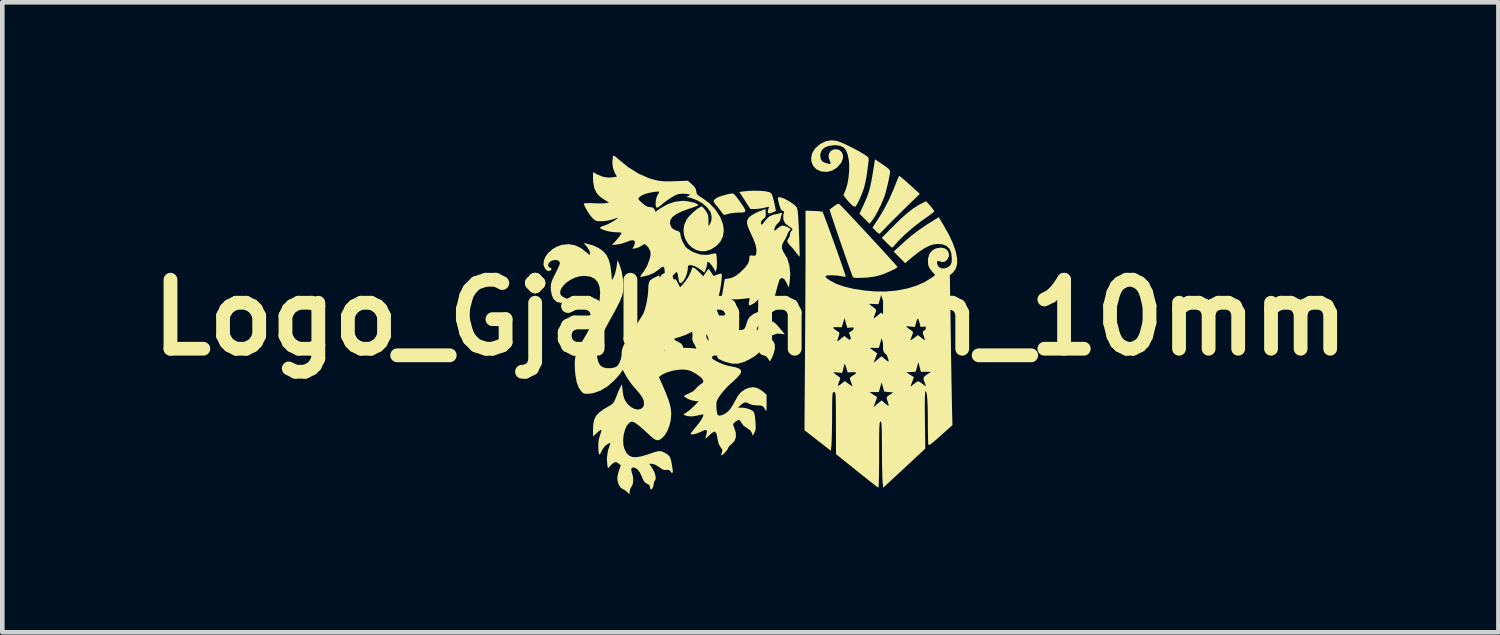
<source format=kicad_pcb>
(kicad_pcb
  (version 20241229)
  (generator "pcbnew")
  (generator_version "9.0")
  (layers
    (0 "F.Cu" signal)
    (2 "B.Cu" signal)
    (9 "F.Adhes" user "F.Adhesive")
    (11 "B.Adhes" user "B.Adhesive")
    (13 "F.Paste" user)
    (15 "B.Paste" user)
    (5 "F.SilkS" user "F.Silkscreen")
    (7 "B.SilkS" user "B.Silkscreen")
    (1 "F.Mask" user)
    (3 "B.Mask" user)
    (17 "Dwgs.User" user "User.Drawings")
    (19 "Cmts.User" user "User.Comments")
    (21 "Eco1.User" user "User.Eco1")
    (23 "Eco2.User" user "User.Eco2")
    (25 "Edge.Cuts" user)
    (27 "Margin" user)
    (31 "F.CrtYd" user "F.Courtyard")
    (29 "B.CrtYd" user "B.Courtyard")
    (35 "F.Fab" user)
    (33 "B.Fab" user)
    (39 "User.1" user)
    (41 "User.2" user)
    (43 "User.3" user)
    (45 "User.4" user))
  (footprint "Logo_Gjallahorn_10mm"
    (layer "F.Cu")
    (at 13.264 3.854)
    (property "Reference" "Logo_Gjallahorn_10mm" (at 0 0 0) (layer "F.SilkS") (effects (font (size 1.5 1.5) (thickness 0.3))))
    (attr board_only exclude_from_pos_files exclude_from_bom)
    (fp_poly (pts (xy 3.911 -2.43) (xy 3.955 -2.376) (xy 3.987 -2.333) (xy 3.999 -2.31) (xy 3.983 -2.292) (xy 3.94 -2.257) (xy 3.878 -2.21) (xy 3.809 -2.163) (xy 3.694 -2.081) (xy 3.57 -1.984) (xy 3.447 -1.881) (xy 3.333 -1.778) (xy 3.236 -1.683) (xy 3.174 -1.613) (xy 3.131 -1.564) (xy 3.098 -1.53) (xy 3.083 -1.52) (xy 3.063 -1.533) (xy 3.023 -1.568) (xy 2.972 -1.618) (xy 2.963 -1.627) (xy 2.858 -1.733) (xy 3.114 -1.992) (xy 3.271 -2.146) (xy 3.41 -2.269) (xy 3.535 -2.367) (xy 3.652 -2.443) (xy 3.726 -2.483) (xy 3.823 -2.529)) (stroke (width 0) (type solid)) (fill yes) (layer "F.SilkS"))
    (fp_poly (pts (xy 3.258 -3.067) (xy 3.301 -3.032) (xy 3.362 -2.98) (xy 3.436 -2.915) (xy 3.469 -2.885) (xy 3.685 -2.69) (xy 3.357 -2.37) (xy 3.255 -2.27) (xy 3.156 -2.172) (xy 3.066 -2.082) (xy 2.991 -2.006) (xy 2.936 -1.949) (xy 2.923 -1.935) (xy 2.872 -1.881) (xy 2.83 -1.84) (xy 2.805 -1.821) (xy 2.803 -1.82) (xy 2.781 -1.833) (xy 2.743 -1.867) (xy 2.722 -1.888) (xy 2.656 -1.956) (xy 2.78 -2.143) (xy 2.898 -2.339) (xy 3.013 -2.559) (xy 3.116 -2.791) (xy 3.161 -2.905) (xy 3.191 -2.981) (xy 3.217 -3.04) (xy 3.235 -3.075) (xy 3.24 -3.08)) (stroke (width 0) (type solid)) (fill yes) (layer "F.SilkS"))
    (fp_poly (pts (xy 0.212 -2.755) (xy 0.317 -2.746) (xy 0.359 -2.738) (xy 0.418 -2.724) (xy 0.451 -2.705) (xy 0.472 -2.671) (xy 0.49 -2.613) (xy 0.512 -2.53) (xy 0.532 -2.443) (xy 0.538 -2.413) (xy 0.556 -2.316) (xy 0.488 -2.288) (xy 0.428 -2.266) (xy 0.394 -2.264) (xy 0.381 -2.283) (xy 0.38 -2.301) (xy 0.39 -2.355) (xy 0.4 -2.379) (xy 0.408 -2.4) (xy 0.401 -2.407) (xy 0.368 -2.402) (xy 0.315 -2.388) (xy 0.229 -2.371) (xy 0.137 -2.361) (xy 0.105 -2.36) (xy 0.000057 -2.36) (xy -0.119 -2.545) (xy -0.238 -2.73) (xy -0.144 -2.743) (xy -0.033 -2.754) (xy 0.09 -2.758)) (stroke (width 0) (type solid)) (fill yes) (layer "F.SilkS"))
    (fp_poly (pts (xy 2.875 -3.33) (xy 2.957 -3.273) (xy 3.008 -3.23) (xy 3.034 -3.197) (xy 3.04 -3.175) (xy 3.034 -3.126) (xy 3.02 -3.048) (xy 3 -2.953) (xy 2.975 -2.85) (xy 2.95 -2.749) (xy 2.924 -2.661) (xy 2.918 -2.64) (xy 2.882 -2.546) (xy 2.834 -2.438) (xy 2.779 -2.327) (xy 2.723 -2.224) (xy 2.671 -2.141) (xy 2.644 -2.104) (xy 2.59 -2.039) (xy 2.482 -2.148) (xy 2.373 -2.258) (xy 2.455 -2.434) (xy 2.498 -2.53) (xy 2.534 -2.615) (xy 2.564 -2.695) (xy 2.589 -2.778) (xy 2.612 -2.87) (xy 2.634 -2.978) (xy 2.657 -3.109) (xy 2.683 -3.27) (xy 2.697 -3.355) (xy 2.71 -3.44)) (stroke (width 0) (type solid)) (fill yes) (layer "F.SilkS"))
    (fp_poly (pts (xy -0.372 -2.697) (xy -0.349 -2.678) (xy -0.31 -2.633) (xy -0.26 -2.569) (xy -0.211 -2.5) (xy -0.151 -2.412) (xy -0.116 -2.352) (xy -0.107 -2.314) (xy -0.124 -2.294) (xy -0.17 -2.284) (xy -0.247 -2.282) (xy -0.272 -2.281) (xy -0.358 -2.276) (xy -0.445 -2.262) (xy -0.488 -2.252) (xy -0.544 -2.236) (xy -0.576 -2.235) (xy -0.597 -2.25) (xy -0.615 -2.277) (xy -0.647 -2.322) (xy -0.694 -2.381) (xy -0.724 -2.418) (xy -0.766 -2.47) (xy -0.793 -2.514) (xy -0.8 -2.533) (xy -0.784 -2.561) (xy -0.746 -2.593) (xy -0.737 -2.599) (xy -0.686 -2.623) (xy -0.613 -2.648) (xy -0.533 -2.671) (xy -0.456 -2.689) (xy -0.396 -2.698)) (stroke (width 0) (type solid)) (fill yes) (layer "F.SilkS"))
    (fp_poly (pts (xy 0.661 -2.613) (xy 0.728 -2.589) (xy 0.806 -2.55) (xy 0.884 -2.503) (xy 0.952 -2.453) (xy 1.001 -2.405) (xy 1.009 -2.394) (xy 1.019 -2.368) (xy 1.028 -2.322) (xy 1.036 -2.25) (xy 1.043 -2.151) (xy 1.05 -2.019) (xy 1.058 -1.851) (xy 1.058 -1.841) (xy 1.063 -1.702) (xy 1.067 -1.578) (xy 1.07 -1.472) (xy 1.072 -1.391) (xy 1.072 -1.34) (xy 1.071 -1.325) (xy 1.057 -1.336) (xy 1.027 -1.371) (xy 0.994 -1.414) (xy 0.943 -1.479) (xy 0.889 -1.541) (xy 0.862 -1.569) (xy 0.813 -1.628) (xy 0.803 -1.678) (xy 0.83 -1.72) (xy 0.853 -1.758) (xy 0.86 -1.8) (xy 0.87 -1.85) (xy 0.89 -1.88) (xy 0.914 -1.906) (xy 0.913 -1.929) (xy 0.882 -1.956) (xy 0.831 -1.988) (xy 0.756 -2.05) (xy 0.718 -2.128) (xy 0.716 -2.222) (xy 0.73 -2.28) (xy 0.732 -2.312) (xy 0.704 -2.32) (xy 0.682 -2.328) (xy 0.662 -2.356) (xy 0.642 -2.412) (xy 0.626 -2.465) (xy 0.607 -2.541) (xy 0.599 -2.586) (xy 0.603 -2.609) (xy 0.615 -2.617)) (stroke (width 0) (type solid)) (fill yes) (layer "F.SilkS"))
    (fp_poly (pts (xy 1.932 -2.468) (xy 1.953 -2.449) (xy 1.997 -2.404) (xy 2.061 -2.338) (xy 2.141 -2.253) (xy 2.234 -2.154) (xy 2.338 -2.043) (xy 2.448 -1.925) (xy 2.562 -1.802) (xy 2.675 -1.679) (xy 2.786 -1.56) (xy 2.89 -1.446) (xy 2.984 -1.343) (xy 3.065 -1.253) (xy 3.13 -1.181) (xy 3.176 -1.129) (xy 3.198 -1.102) (xy 3.2 -1.099) (xy 3.183 -1.081) (xy 3.136 -1.054) (xy 3.067 -1.02) (xy 2.984 -0.983) (xy 2.896 -0.947) (xy 2.82 -0.92) (xy 2.696 -0.889) (xy 2.54 -0.87) (xy 2.467 -0.866) (xy 2.369 -0.861) (xy 2.304 -0.861) (xy 2.263 -0.864) (xy 2.24 -0.873) (xy 2.227 -0.887) (xy 2.224 -0.892) (xy 2.213 -0.921) (xy 2.191 -0.981) (xy 2.16 -1.067) (xy 2.121 -1.175) (xy 2.078 -1.299) (xy 2.031 -1.434) (xy 1.982 -1.576) (xy 1.932 -1.72) (xy 1.884 -1.86) (xy 1.839 -1.991) (xy 1.8 -2.11) (xy 1.766 -2.209) (xy 1.741 -2.285) (xy 1.727 -2.333) (xy 1.723 -2.348) (xy 1.742 -2.361) (xy 1.781 -2.392) (xy 1.817 -2.42) (xy 1.878 -2.461) (xy 1.918 -2.473)) (stroke (width 0) (type solid)) (fill yes) (layer "F.SilkS"))
    (fp_poly (pts (xy 1.881 -3.84) (xy 1.948 -3.817) (xy 2.039 -3.778) (xy 2.145 -3.728) (xy 2.257 -3.672) (xy 2.363 -3.615) (xy 2.455 -3.56) (xy 2.468 -3.552) (xy 2.528 -3.512) (xy 2.561 -3.484) (xy 2.573 -3.456) (xy 2.573 -3.42) (xy 2.571 -3.405) (xy 2.564 -3.349) (xy 2.554 -3.269) (xy 2.542 -3.18) (xy 2.54 -3.16) (xy 2.524 -3.056) (xy 2.502 -2.945) (xy 2.48 -2.849) (xy 2.479 -2.844) (xy 2.455 -2.769) (xy 2.423 -2.683) (xy 2.386 -2.595) (xy 2.348 -2.516) (xy 2.315 -2.453) (xy 2.289 -2.416) (xy 2.284 -2.412) (xy 2.256 -2.415) (xy 2.222 -2.433) (xy 2.186 -2.465) (xy 2.138 -2.517) (xy 2.101 -2.561) (xy 2.024 -2.658) (xy 2.072 -2.776) (xy 2.109 -2.897) (xy 2.135 -3.042) (xy 2.149 -3.194) (xy 2.149 -3.34) (xy 2.141 -3.424) (xy 2.115 -3.549) (xy 2.078 -3.639) (xy 2.027 -3.699) (xy 1.957 -3.733) (xy 1.864 -3.747) (xy 1.833 -3.747) (xy 1.712 -3.734) (xy 1.619 -3.698) (xy 1.555 -3.64) (xy 1.523 -3.562) (xy 1.52 -3.524) (xy 1.531 -3.445) (xy 1.566 -3.393) (xy 1.632 -3.362) (xy 1.635 -3.361) (xy 1.703 -3.344) (xy 1.739 -3.342) (xy 1.748 -3.357) (xy 1.735 -3.391) (xy 1.731 -3.399) (xy 1.702 -3.484) (xy 1.708 -3.559) (xy 1.743 -3.617) (xy 1.805 -3.653) (xy 1.861 -3.66) (xy 1.934 -3.644) (xy 1.986 -3.599) (xy 2.013 -3.535) (xy 2.013 -3.459) (xy 1.983 -3.377) (xy 1.972 -3.36) (xy 1.887 -3.262) (xy 1.784 -3.197) (xy 1.67 -3.167) (xy 1.55 -3.175) (xy 1.53 -3.18) (xy 1.436 -3.224) (xy 1.369 -3.293) (xy 1.331 -3.378) (xy 1.322 -3.473) (xy 1.345 -3.572) (xy 1.401 -3.666) (xy 1.415 -3.683) (xy 1.521 -3.775) (xy 1.64 -3.833) (xy 1.765 -3.854)) (stroke (width 0) (type solid)) (fill yes) (layer "F.SilkS"))
    (fp_poly (pts (xy 0.331 -2.342) (xy 0.334 -2.297) (xy 0.335 -2.27) (xy 0.334 -2.21) (xy 0.32 -2.173) (xy 0.291 -2.149) (xy 0.24 -2.1) (xy 0.228 -2.048) (xy 0.233 -2.03) (xy 0.246 -2.02) (xy 0.271 -2.039) (xy 0.299 -2.075) (xy 0.362 -2.152) (xy 0.419 -2.201) (xy 0.482 -2.23) (xy 0.534 -2.243) (xy 0.599 -2.256) (xy 0.652 -2.268) (xy 0.667 -2.272) (xy 0.692 -2.276) (xy 0.689 -2.257) (xy 0.682 -2.243) (xy 0.664 -2.19) (xy 0.66 -2.153) (xy 0.644 -2.102) (xy 0.613 -2.066) (xy 0.557 -2.006) (xy 0.525 -1.939) (xy 0.52 -1.908) (xy 0.524 -1.889) (xy 0.542 -1.895) (xy 0.575 -1.924) (xy 0.637 -1.974) (xy 0.692 -1.998) (xy 0.748 -1.994) (xy 0.817 -1.963) (xy 0.879 -1.925) (xy 0.872 -1.91) (xy 0.856 -1.895) (xy 0.829 -1.86) (xy 0.804 -1.806) (xy 0.801 -1.796) (xy 0.774 -1.732) (xy 0.74 -1.675) (xy 0.738 -1.672) (xy 0.693 -1.589) (xy 0.687 -1.505) (xy 0.719 -1.426) (xy 0.726 -1.417) (xy 0.803 -1.284) (xy 0.85 -1.128) (xy 0.868 -0.954) (xy 0.855 -0.767) (xy 0.853 -0.751) (xy 0.836 -0.651) (xy 0.787 -0.756) (xy 0.744 -0.827) (xy 0.702 -0.859) (xy 0.662 -0.851) (xy 0.642 -0.833) (xy 0.628 -0.803) (xy 0.608 -0.744) (xy 0.586 -0.665) (xy 0.571 -0.608) (xy 0.547 -0.516) (xy 0.527 -0.452) (xy 0.504 -0.406) (xy 0.473 -0.365) (xy 0.428 -0.32) (xy 0.422 -0.315) (xy 0.37 -0.267) (xy 0.327 -0.233) (xy 0.304 -0.22) (xy 0.303 -0.22) (xy 0.297 -0.237) (xy 0.304 -0.283) (xy 0.312 -0.313) (xy 0.332 -0.403) (xy 0.339 -0.486) (xy 0.332 -0.552) (xy 0.323 -0.577) (xy 0.306 -0.581) (xy 0.281 -0.554) (xy 0.244 -0.493) (xy 0.173 -0.393) (xy 0.091 -0.316) (xy 0.007 -0.271) (xy 0.005 -0.271) (xy -0.024 -0.265) (xy -0.034 -0.276) (xy -0.032 -0.314) (xy -0.028 -0.34) (xy -0.014 -0.424) (xy -0.152 -0.407) (xy -0.284 -0.396) (xy -0.406 -0.395) (xy -0.506 -0.404) (xy -0.568 -0.419) (xy -0.607 -0.441) (xy -0.617 -0.472) (xy -0.614 -0.495) (xy -0.605 -0.543) (xy -0.593 -0.614) (xy -0.58 -0.693) (xy -0.556 -0.836) (xy -0.476 -0.848) (xy -0.397 -0.867) (xy -0.327 -0.9) (xy -0.254 -0.953) (xy -0.171 -1.028) (xy -0.095 -1.109) (xy -0.048 -1.178) (xy -0.025 -1.245) (xy -0.02 -1.3) (xy -0.017 -1.338) (xy 0.001 -1.351) (xy 0.046 -1.347) (xy 0.047 -1.347) (xy 0.094 -1.343) (xy 0.117 -1.357) (xy 0.128 -1.387) (xy 0.134 -1.474) (xy 0.114 -1.581) (xy 0.066 -1.71) (xy 0.029 -1.79) (xy -0.024 -1.904) (xy -0.058 -1.99) (xy -0.072 -2.056) (xy -0.069 -2.107) (xy -0.049 -2.151) (xy -0.027 -2.178) (xy 0.027 -2.222) (xy 0.106 -2.268) (xy 0.177 -2.301) (xy 0.246 -2.328) (xy 0.299 -2.349) (xy 0.326 -2.359) (xy 0.328 -2.36)) (stroke (width 0) (type solid)) (fill yes) (layer "F.SilkS"))
    (fp_poly (pts (xy 1.378 -2.317) (xy 1.459 -2.313) (xy 1.524 -2.307) (xy 1.563 -2.3) (xy 1.569 -2.297) (xy 1.58 -2.275) (xy 1.602 -2.221) (xy 1.633 -2.139) (xy 1.672 -2.036) (xy 1.716 -1.915) (xy 1.764 -1.783) (xy 1.814 -1.644) (xy 1.865 -1.503) (xy 1.914 -1.365) (xy 1.96 -1.235) (xy 2 -1.119) (xy 2.034 -1.021) (xy 2.058 -0.947) (xy 2.073 -0.901) (xy 2.075 -0.888) (xy 2.051 -0.887) (xy 2.003 -0.893) (xy 1.978 -0.899) (xy 1.909 -0.91) (xy 1.823 -0.917) (xy 1.756 -0.92) (xy 1.678 -0.916) (xy 1.638 -0.905) (xy 1.635 -0.883) (xy 1.669 -0.849) (xy 1.739 -0.801) (xy 1.875 -0.73) (xy 2.047 -0.671) (xy 2.249 -0.623) (xy 2.479 -0.588) (xy 2.7 -0.568) (xy 2.939 -0.565) (xy 3.174 -0.586) (xy 3.4 -0.629) (xy 3.609 -0.692) (xy 3.794 -0.773) (xy 3.947 -0.869) (xy 4.02 -0.925) (xy 3.951 -1.002) (xy 3.896 -1.072) (xy 3.868 -1.141) (xy 3.861 -1.223) (xy 3.865 -1.281) (xy 3.892 -1.38) (xy 3.949 -1.455) (xy 4.033 -1.503) (xy 4.141 -1.52) (xy 4.147 -1.52) (xy 4.226 -1.504) (xy 4.283 -1.463) (xy 4.315 -1.404) (xy 4.318 -1.336) (xy 4.288 -1.269) (xy 4.269 -1.247) (xy 4.222 -1.213) (xy 4.172 -1.206) (xy 4.104 -1.226) (xy 4.095 -1.23) (xy 4.069 -1.228) (xy 4.059 -1.201) (xy 4.065 -1.16) (xy 4.086 -1.117) (xy 4.102 -1.098) (xy 4.158 -1.068) (xy 4.227 -1.068) (xy 4.297 -1.096) (xy 4.333 -1.123) (xy 4.361 -1.156) (xy 4.375 -1.198) (xy 4.38 -1.262) (xy 4.38 -1.285) (xy 4.368 -1.406) (xy 4.329 -1.497) (xy 4.264 -1.558) (xy 4.171 -1.592) (xy 4.074 -1.6) (xy 3.984 -1.59) (xy 3.888 -1.559) (xy 3.782 -1.504) (xy 3.662 -1.424) (xy 3.524 -1.316) (xy 3.465 -1.266) (xy 3.367 -1.182) (xy 3.242 -1.308) (xy 3.117 -1.434) (xy 3.339 -1.638) (xy 3.488 -1.768) (xy 3.65 -1.892) (xy 3.832 -2.017) (xy 4.023 -2.137) (xy 4.097 -2.181) (xy 4.198 -2.013) (xy 4.318 -1.8) (xy 4.407 -1.607) (xy 4.467 -1.435) (xy 4.496 -1.285) (xy 4.495 -1.157) (xy 4.464 -1.053) (xy 4.401 -0.973) (xy 4.391 -0.965) (xy 4.338 -0.922) (xy 4.359 0.444) (xy 4.362 0.682) (xy 4.366 0.916) (xy 4.37 1.14) (xy 4.373 1.35) (xy 4.377 1.542) (xy 4.38 1.713) (xy 4.383 1.857) (xy 4.385 1.972) (xy 4.387 2.052) (xy 4.387 2.073) (xy 4.395 2.337) (xy 4.139 2.568) (xy 4.041 2.655) (xy 3.967 2.717) (xy 3.917 2.755) (xy 3.886 2.772) (xy 3.872 2.769) (xy 3.872 2.768) (xy 3.868 2.739) (xy 3.865 2.677) (xy 3.863 2.588) (xy 3.861 2.478) (xy 3.86 2.354) (xy 3.86 2.321) (xy 3.859 2.104) (xy 3.855 1.927) (xy 3.849 1.788) (xy 3.84 1.688) (xy 3.828 1.626) (xy 3.814 1.601) (xy 3.811 1.6) (xy 3.804 1.611) (xy 3.799 1.645) (xy 3.796 1.706) (xy 3.794 1.796) (xy 3.793 1.918) (xy 3.794 2.075) (xy 3.796 2.225) (xy 3.804 2.85) (xy 3.347 3.275) (xy 2.89 3.699) (xy 2.877 3.595) (xy 2.874 3.548) (xy 2.87 3.468) (xy 2.868 3.36) (xy 2.865 3.229) (xy 2.863 3.083) (xy 2.862 2.926) (xy 2.862 2.875) (xy 2.861 2.7) (xy 2.86 2.561) (xy 2.858 2.454) (xy 2.855 2.375) (xy 2.852 2.32) (xy 2.847 2.285) (xy 2.84 2.267) (xy 2.832 2.26) (xy 2.83 2.26) (xy 2.822 2.264) (xy 2.816 2.279) (xy 2.811 2.308) (xy 2.807 2.355) (xy 2.804 2.424) (xy 2.802 2.519) (xy 2.801 2.642) (xy 2.8 2.799) (xy 2.8 2.98) (xy 2.8 3.145) (xy 2.798 3.297) (xy 2.797 3.431) (xy 2.794 3.543) (xy 2.792 3.627) (xy 2.788 3.681) (xy 2.785 3.699) (xy 2.766 3.687) (xy 2.72 3.653) (xy 2.651 3.599) (xy 2.563 3.531) (xy 2.46 3.449) (xy 2.346 3.358) (xy 2.316 3.334) (xy 1.863 2.97) (xy 1.861 2.295) (xy 1.861 2.113) (xy 1.86 1.967) (xy 1.859 1.853) (xy 1.857 1.767) (xy 1.855 1.706) (xy 1.851 1.664) (xy 1.845 1.639) (xy 1.838 1.626) (xy 1.829 1.621) (xy 1.82 1.62) (xy 2.591 1.62) (xy 2.67 1.673) (xy 2.718 1.705) (xy 2.749 1.725) (xy 2.755 1.729) (xy 2.751 1.748) (xy 2.735 1.793) (xy 2.718 1.84) (xy 2.678 1.947) (xy 2.766 1.874) (xy 2.854 1.802) (xy 2.922 1.86) (xy 2.966 1.896) (xy 2.998 1.917) (xy 3.004 1.919) (xy 3.007 1.903) (xy 2.997 1.861) (xy 2.989 1.837) (xy 2.969 1.776) (xy 2.965 1.739) (xy 2.981 1.713) (xy 3.022 1.685) (xy 3.035 1.677) (xy 3.11 1.63) (xy 3.011 1.62) (xy 2.911 1.61) (xy 2.883 1.51) (xy 2.854 1.41) (xy 2.824 1.515) (xy 2.795 1.62) (xy 2.693 1.62) (xy 2.591 1.62) (xy 1.82 1.62) (xy 1.808 1.621) (xy 1.798 1.628) (xy 1.791 1.646) (xy 1.786 1.678) (xy 1.783 1.729) (xy 1.78 1.805) (xy 1.779 1.908) (xy 1.778 2.045) (xy 1.778 2.135) (xy 1.777 2.282) (xy 1.775 2.423) (xy 1.772 2.551) (xy 1.769 2.657) (xy 1.765 2.737) (xy 1.763 2.773) (xy 1.75 2.896) (xy 1.463 2.673) (xy 1.177 2.45) (xy 1.186 1.192) (xy 1.811 1.192) (xy 1.814 1.202) (xy 1.832 1.218) (xy 1.882 1.255) (xy 1.918 1.281) (xy 1.946 1.302) (xy 1.954 1.324) (xy 1.943 1.362) (xy 1.932 1.388) (xy 1.908 1.451) (xy 1.904 1.482) (xy 1.922 1.481) (xy 1.965 1.452) (xy 1.977 1.442) (xy 2.054 1.381) (xy 2.137 1.442) (xy 2.183 1.475) (xy 2.214 1.492) (xy 2.22 1.492) (xy 2.213 1.468) (xy 2.196 1.421) (xy 2.186 1.397) (xy 2.167 1.345) (xy 2.164 1.316) (xy 2.18 1.296) (xy 2.2 1.281) (xy 2.266 1.237) (xy 2.298 1.209) (xy 2.298 1.195) (xy 2.269 1.19) (xy 3.392 1.19) (xy 3.475 1.244) (xy 3.557 1.298) (xy 3.518 1.401) (xy 3.479 1.504) (xy 3.541 1.457) (xy 3.589 1.421) (xy 3.626 1.395) (xy 3.63 1.392) (xy 3.661 1.39) (xy 3.712 1.419) (xy 3.738 1.438) (xy 3.789 1.478) (xy 3.813 1.49) (xy 3.814 1.474) (xy 3.796 1.427) (xy 3.79 1.413) (xy 3.767 1.349) (xy 3.767 1.306) (xy 3.794 1.272) (xy 3.845 1.235) (xy 3.93 1.181) (xy 3.819 1.18) (xy 3.708 1.18) (xy 3.681 1.075) (xy 3.654 0.97) (xy 3.624 1.074) (xy 3.595 1.178) (xy 3.494 1.184) (xy 3.392 1.19) (xy 2.269 1.19) (xy 2.266 1.189) (xy 2.22 1.189) (xy 2.115 1.19) (xy 2.085 1.09) (xy 2.067 1.038) (xy 2.053 1.01) (xy 2.048 1.01) (xy 2.04 1.04) (xy 2.026 1.093) (xy 2.02 1.117) (xy 1.997 1.205) (xy 1.895 1.195) (xy 1.836 1.19) (xy 1.811 1.192) (xy 1.186 1.192) (xy 1.188 0.862) (xy 1.19 0.66) (xy 2.594 0.66) (xy 2.677 0.72) (xy 2.759 0.78) (xy 2.719 0.883) (xy 2.678 0.986) (xy 2.766 0.914) (xy 2.854 0.842) (xy 2.922 0.9) (xy 2.966 0.936) (xy 2.998 0.957) (xy 3.004 0.959) (xy 3.007 0.943) (xy 2.997 0.901) (xy 2.989 0.877) (xy 2.969 0.816) (xy 2.965 0.779) (xy 2.981 0.753) (xy 3.022 0.725) (xy 3.035 0.717) (xy 3.11 0.67) (xy 3.011 0.66) (xy 2.911 0.65) (xy 2.883 0.55) (xy 2.854 0.45) (xy 2.824 0.555) (xy 2.795 0.66) (xy 2.694 0.66) (xy 2.594 0.66) (xy 1.19 0.66) (xy 1.19 0.588) (xy 1.192 0.307) (xy 1.193 0.217) (xy 1.8 0.217) (xy 1.806 0.234) (xy 1.845 0.265) (xy 1.899 0.301) (xy 1.927 0.322) (xy 1.936 0.343) (xy 1.93 0.378) (xy 1.914 0.426) (xy 1.897 0.48) (xy 1.888 0.514) (xy 1.888 0.52) (xy 1.906 0.509) (xy 1.945 0.48) (xy 1.97 0.46) (xy 2.045 0.4) (xy 2.122 0.462) (xy 2.17 0.497) (xy 2.193 0.504) (xy 2.195 0.481) (xy 2.179 0.425) (xy 2.172 0.406) (xy 2.144 0.327) (xy 2.232 0.272) (xy 2.282 0.24) (xy 2.313 0.217) (xy 2.32 0.212) (xy 2.302 0.21) (xy 2.256 0.212) (xy 2.213 0.216) (xy 2.107 0.224) (xy 2.098 0.192) (xy 3.391 0.192) (xy 3.394 0.202) (xy 3.412 0.218) (xy 3.461 0.255) (xy 3.5 0.281) (xy 3.528 0.303) (xy 3.537 0.324) (xy 3.528 0.36) (xy 3.514 0.397) (xy 3.493 0.45) (xy 3.481 0.485) (xy 3.48 0.492) (xy 3.494 0.488) (xy 3.531 0.465) (xy 3.563 0.443) (xy 3.646 0.382) (xy 3.717 0.44) (xy 3.76 0.474) (xy 3.789 0.492) (xy 3.794 0.493) (xy 3.792 0.472) (xy 3.779 0.426) (xy 3.769 0.398) (xy 3.751 0.344) (xy 3.749 0.314) (xy 3.764 0.294) (xy 3.783 0.28) (xy 3.846 0.236) (xy 3.877 0.21) (xy 3.875 0.197) (xy 3.841 0.195) (xy 3.802 0.197) (xy 3.702 0.204) (xy 3.678 0.112) (xy 3.662 0.058) (xy 3.647 0.025) (xy 3.642 0.02) (xy 3.629 0.037) (xy 3.612 0.082) (xy 3.604 0.112) (xy 3.579 0.205) (xy 3.475 0.195) (xy 3.417 0.19) (xy 3.391 0.192) (xy 2.098 0.192) (xy 2.077 0.117) (xy 2.047 0.01) (xy 2.018 0.11) (xy 1.988 0.21) (xy 1.882 0.209) (xy 1.825 0.21) (xy 1.8 0.217) (xy 1.193 0.217) (xy 1.194 0.023) (xy 1.195 -0.256) (xy 1.196 -0.295) (xy 2.59 -0.295) (xy 2.592 -0.286) (xy 2.618 -0.266) (xy 2.619 -0.265) (xy 2.683 -0.218) (xy 2.72 -0.187) (xy 2.735 -0.16) (xy 2.731 -0.13) (xy 2.715 -0.087) (xy 2.713 -0.083) (xy 2.693 -0.03) (xy 2.681 0.006) (xy 2.68 0.013) (xy 2.694 0.012) (xy 2.733 -0.016) (xy 2.795 -0.067) (xy 2.84 -0.107) (xy 2.92 -0.042) (xy 2.969 -0.006) (xy 2.994 0.001) (xy 2.995 -0.023) (xy 2.975 -0.08) (xy 2.97 -0.094) (xy 2.953 -0.136) (xy 2.951 -0.164) (xy 2.968 -0.189) (xy 3.009 -0.221) (xy 3.05 -0.249) (xy 3.13 -0.303) (xy 3.02 -0.296) (xy 2.91 -0.29) (xy 2.877 -0.39) (xy 2.844 -0.489) (xy 2.815 -0.39) (xy 2.786 -0.29) (xy 2.678 -0.295) (xy 2.617 -0.298) (xy 2.59 -0.295) (xy 1.196 -0.295) (xy 1.197 -0.527) (xy 1.198 -0.783) (xy 1.199 -1.019) (xy 1.2 -1.231) (xy 1.2 -1.412) (xy 1.2 -1.525) (xy 1.2 -2.324)) (stroke (width 0) (type solid)) (fill yes) (layer "F.SilkS"))
    (fp_poly (pts (xy -2.941 -3.505) (xy -2.896 -3.467) (xy -2.865 -3.439) (xy -2.651 -3.266) (xy -2.43 -3.129) (xy -2.204 -3.03) (xy -2.065 -2.989) (xy -1.991 -2.974) (xy -1.916 -2.965) (xy -1.828 -2.961) (xy -1.717 -2.962) (xy -1.639 -2.964) (xy -1.359 -2.975) (xy -1.271 -2.897) (xy -1.216 -2.842) (xy -1.187 -2.795) (xy -1.176 -2.745) (xy -1.169 -2.704) (xy -1.152 -2.673) (xy -1.116 -2.643) (xy -1.052 -2.604) (xy -1.05 -2.603) (xy -0.897 -2.492) (xy -0.763 -2.352) (xy -0.659 -2.193) (xy -0.652 -2.178) (xy -0.595 -2.031) (xy -0.577 -1.893) (xy -0.595 -1.766) (xy -0.649 -1.653) (xy -0.739 -1.556) (xy -0.854 -1.482) (xy -0.968 -1.444) (xy -1.078 -1.442) (xy -1.18 -1.47) (xy -1.271 -1.524) (xy -1.348 -1.599) (xy -1.406 -1.691) (xy -1.443 -1.795) (xy -1.453 -1.907) (xy -1.435 -2.021) (xy -1.383 -2.134) (xy -1.375 -2.145) (xy -1.333 -2.199) (xy -1.276 -2.257) (xy -1.212 -2.315) (xy -1.149 -2.365) (xy -1.095 -2.4) (xy -1.058 -2.415) (xy -1.052 -2.414) (xy -1.029 -2.395) (xy -0.993 -2.353) (xy -0.97 -2.322) (xy -0.935 -2.266) (xy -0.917 -2.213) (xy -0.91 -2.147) (xy -0.91 -2.11) (xy -0.91 -1.984) (xy -0.875 -2.037) (xy -0.847 -2.11) (xy -0.842 -2.198) (xy -0.861 -2.281) (xy -0.868 -2.297) (xy -0.937 -2.391) (xy -1.036 -2.478) (xy -1.156 -2.549) (xy -1.289 -2.6) (xy -1.33 -2.61) (xy -1.39 -2.623) (xy -1.341 -2.649) (xy -1.315 -2.665) (xy -1.315 -2.674) (xy -1.345 -2.682) (xy -1.394 -2.689) (xy -1.479 -2.693) (xy -1.561 -2.685) (xy -1.575 -2.681) (xy -1.636 -2.656) (xy -1.715 -2.611) (xy -1.804 -2.552) (xy -1.891 -2.487) (xy -1.963 -2.425) (xy -2.004 -2.396) (xy -2.035 -2.388) (xy -2.038 -2.389) (xy -2.055 -2.42) (xy -2.06 -2.476) (xy -2.055 -2.543) (xy -2.04 -2.61) (xy -2.02 -2.655) (xy -1.994 -2.701) (xy -1.981 -2.73) (xy -1.98 -2.733) (xy -1.998 -2.739) (xy -2.044 -2.736) (xy -2.108 -2.728) (xy -2.181 -2.715) (xy -2.25 -2.698) (xy -2.283 -2.688) (xy -2.346 -2.662) (xy -2.398 -2.63) (xy -2.412 -2.618) (xy -2.43 -2.595) (xy -2.433 -2.575) (xy -2.415 -2.55) (xy -2.373 -2.51) (xy -2.35 -2.489) (xy -2.284 -2.437) (xy -2.232 -2.409) (xy -2.181 -2.401) (xy -2.178 -2.401) (xy -2.124 -2.393) (xy -2.093 -2.367) (xy -2.084 -2.35) (xy -2.061 -2.3) (xy -1.946 -2.381) (xy -1.795 -2.466) (xy -1.634 -2.519) (xy -1.472 -2.537) (xy -1.423 -2.535) (xy -1.347 -2.525) (xy -1.271 -2.509) (xy -1.204 -2.489) (xy -1.155 -2.468) (xy -1.132 -2.449) (xy -1.134 -2.44) (xy -1.159 -2.428) (xy -1.213 -2.407) (xy -1.287 -2.38) (xy -1.342 -2.362) (xy -1.498 -2.304) (xy -1.614 -2.246) (xy -1.694 -2.185) (xy -1.738 -2.121) (xy -1.748 -2.052) (xy -1.732 -1.992) (xy -1.709 -1.951) (xy -1.674 -1.921) (xy -1.617 -1.894) (xy -1.555 -1.873) (xy -1.526 -1.844) (xy -1.52 -1.806) (xy -1.508 -1.741) (xy -1.478 -1.661) (xy -1.437 -1.582) (xy -1.394 -1.522) (xy -1.352 -1.489) (xy -1.289 -1.449) (xy -1.23 -1.417) (xy -1.088 -1.37) (xy -0.944 -1.361) (xy -0.833 -1.382) (xy -0.783 -1.393) (xy -0.751 -1.396) (xy -0.748 -1.394) (xy -0.738 -1.366) (xy -0.731 -1.31) (xy -0.727 -1.239) (xy -0.726 -1.165) (xy -0.728 -1.1) (xy -0.734 -1.061) (xy -0.752 -0.993) (xy -0.807 -1.086) (xy -0.845 -1.143) (xy -0.883 -1.187) (xy -0.901 -1.2) (xy -0.929 -1.211) (xy -0.939 -1.192) (xy -0.94 -1.17) (xy -0.948 -1.117) (xy -0.967 -1.054) (xy -0.97 -1.047) (xy -1 -0.976) (xy -1.077 -1.038) (xy -1.181 -1.106) (xy -1.276 -1.137) (xy -1.311 -1.14) (xy -1.342 -1.136) (xy -1.356 -1.115) (xy -1.36 -1.068) (xy -1.36 -1.056) (xy -1.373 -0.969) (xy -1.407 -0.876) (xy -1.455 -0.797) (xy -1.482 -0.768) (xy -1.513 -0.748) (xy -1.536 -0.755) (xy -1.553 -0.794) (xy -1.567 -0.87) (xy -1.568 -0.882) (xy -1.579 -0.94) (xy -1.591 -0.98) (xy -1.597 -0.988) (xy -1.618 -0.981) (xy -1.65 -0.949) (xy -1.657 -0.939) (xy -1.705 -0.89) (xy -1.765 -0.846) (xy -1.775 -0.839) (xy -1.819 -0.814) (xy -1.829 -0.805) (xy -1.808 -0.807) (xy -1.793 -0.81) (xy -1.711 -0.827) (xy -1.66 -0.834) (xy -1.628 -0.83) (xy -1.607 -0.811) (xy -1.587 -0.774) (xy -1.575 -0.75) (xy -1.527 -0.656) (xy -1.433 -0.763) (xy -1.354 -0.871) (xy -1.295 -0.994) (xy -1.268 -1.076) (xy -1.248 -1.09) (xy -1.208 -1.072) (xy -1.147 -1.022) (xy -1.102 -0.977) (xy -1.023 -0.896) (xy -0.969 -0.978) (xy -0.936 -1.025) (xy -0.913 -1.055) (xy -0.908 -1.06) (xy -0.894 -1.045) (xy -0.867 -1.006) (xy -0.851 -0.981) (xy -0.801 -0.903) (xy -0.72 -0.934) (xy -0.668 -0.951) (xy -0.632 -0.955) (xy -0.626 -0.953) (xy -0.62 -0.925) (xy -0.622 -0.867) (xy -0.629 -0.789) (xy -0.641 -0.698) (xy -0.656 -0.606) (xy -0.674 -0.519) (xy -0.692 -0.449) (xy -0.698 -0.431) (xy -0.721 -0.353) (xy -0.736 -0.277) (xy -0.74 -0.235) (xy -0.725 -0.151) (xy -0.685 -0.055) (xy -0.627 0.043) (xy -0.557 0.133) (xy -0.484 0.202) (xy -0.442 0.229) (xy -0.374 0.253) (xy -0.294 0.268) (xy -0.216 0.272) (xy -0.16 0.264) (xy -0.128 0.241) (xy -0.103 0.194) (xy -0.086 0.139) (xy -0.055 0.049) (xy -0.01 -0.017) (xy 0.059 -0.07) (xy 0.111 -0.099) (xy 0.186 -0.128) (xy 0.251 -0.13) (xy 0.321 -0.105) (xy 0.364 -0.081) (xy 0.427 -0.042) (xy 0.374 -0.029) (xy 0.327 -0.003) (xy 0.285 0.042) (xy 0.282 0.047) (xy 0.239 0.106) (xy 0.191 0.159) (xy 0.191 0.159) (xy 0.156 0.203) (xy 0.14 0.245) (xy 0.14 0.248) (xy 0.142 0.276) (xy 0.151 0.272) (xy 0.17 0.246) (xy 0.218 0.196) (xy 0.284 0.146) (xy 0.356 0.106) (xy 0.421 0.083) (xy 0.443 0.08) (xy 0.481 0.086) (xy 0.52 0.107) (xy 0.567 0.148) (xy 0.626 0.214) (xy 0.69 0.292) (xy 0.75 0.367) (xy 0.664 0.353) (xy 0.581 0.35) (xy 0.518 0.371) (xy 0.454 0.395) (xy 0.384 0.409) (xy 0.384 0.409) (xy 0.332 0.414) (xy 0.3 0.418) (xy 0.297 0.418) (xy 0.279 0.436) (xy 0.274 0.446) (xy 0.278 0.463) (xy 0.311 0.47) (xy 0.364 0.471) (xy 0.429 0.474) (xy 0.471 0.488) (xy 0.503 0.519) (xy 0.504 0.52) (xy 0.533 0.587) (xy 0.534 0.677) (xy 0.506 0.786) (xy 0.476 0.86) (xy 0.447 0.919) (xy 0.429 0.945) (xy 0.416 0.944) (xy 0.409 0.93) (xy 0.384 0.89) (xy 0.343 0.843) (xy 0.334 0.835) (xy 0.295 0.789) (xy 0.285 0.748) (xy 0.288 0.732) (xy 0.289 0.689) (xy 0.271 0.674) (xy 0.242 0.688) (xy 0.212 0.729) (xy 0.166 0.785) (xy 0.085 0.847) (xy -0.023 0.911) (xy -0.13 0.963) (xy -0.256 1.001) (xy -0.389 1.003) (xy -0.533 0.968) (xy -0.592 0.946) (xy -0.664 0.913) (xy -0.706 0.887) (xy -0.722 0.858) (xy -0.719 0.82) (xy -0.71 0.789) (xy -0.708 0.766) (xy -0.723 0.747) (xy -0.763 0.727) (xy -0.83 0.702) (xy -0.898 0.674) (xy -0.941 0.65) (xy -0.952 0.633) (xy -0.921 0.552) (xy -0.908 0.493) (xy -0.914 0.443) (xy -0.939 0.388) (xy -0.958 0.358) (xy -0.992 0.3) (xy -1.007 0.265) (xy -1.005 0.241) (xy -0.988 0.218) (xy -0.987 0.217) (xy -0.966 0.18) (xy -0.974 0.158) (xy -0.999 0.156) (xy -1.049 0.177) (xy -1.127 0.223) (xy -1.138 0.23) (xy -1.278 0.315) (xy -1.406 0.377) (xy -1.535 0.423) (xy -1.59 0.438) (xy -1.701 0.476) (xy -1.779 0.523) (xy -1.829 0.586) (xy -1.849 0.63) (xy -1.865 0.681) (xy -1.872 0.712) (xy -1.871 0.715) (xy -1.851 0.714) (xy -1.803 0.703) (xy -1.748 0.69) (xy -1.623 0.668) (xy -1.472 0.658) (xy -1.307 0.662) (xy -1.141 0.678) (xy -1.01 0.701) (xy -0.925 0.72) (xy -0.854 0.738) (xy -0.807 0.753) (xy -0.793 0.76) (xy -0.791 0.785) (xy -0.81 0.826) (xy -0.812 0.83) (xy -0.829 0.858) (xy -0.834 0.878) (xy -0.822 0.898) (xy -0.788 0.921) (xy -0.726 0.955) (xy -0.677 0.98) (xy -0.593 1.015) (xy -0.495 1.046) (xy -0.427 1.06) (xy -0.316 1.083) (xy -0.242 1.111) (xy -0.204 1.147) (xy -0.203 1.193) (xy -0.237 1.252) (xy -0.307 1.327) (xy -0.381 1.394) (xy -0.487 1.492) (xy -0.58 1.593) (xy -0.657 1.69) (xy -0.71 1.776) (xy -0.733 1.834) (xy -0.739 1.886) (xy -0.738 1.956) (xy -0.731 2.027) (xy -0.72 2.087) (xy -0.706 2.122) (xy -0.705 2.123) (xy -0.669 2.133) (xy -0.613 2.121) (xy -0.549 2.09) (xy -0.486 2.044) (xy -0.47 2.028) (xy -0.428 1.977) (xy -0.381 1.903) (xy -0.337 1.822) (xy -0.331 1.812) (xy -0.27 1.7) (xy -0.201 1.62) (xy -0.118 1.563) (xy -0.041 1.53) (xy 0.058 1.513) (xy 0.154 1.534) (xy 0.253 1.592) (xy 0.276 1.611) (xy 0.352 1.676) (xy 0.354 1.86) (xy 0.354 1.938) (xy 0.352 1.997) (xy 0.348 2.029) (xy 0.345 2.032) (xy 0.328 2.008) (xy 0.301 1.966) (xy 0.301 1.966) (xy 0.278 1.935) (xy 0.25 1.919) (xy 0.203 1.912) (xy 0.147 1.91) (xy 0.047 1.901) (xy -0.022 1.877) (xy -0.026 1.874) (xy -0.081 1.846) (xy -0.128 1.846) (xy -0.179 1.877) (xy -0.205 1.899) (xy -0.27 1.959) (xy -0.185 1.959) (xy -0.107 1.968) (xy -0.029 1.99) (xy 0.037 2.02) (xy 0.077 2.054) (xy 0.079 2.059) (xy 0.089 2.093) (xy 0.1 2.156) (xy 0.109 2.236) (xy 0.111 2.262) (xy 0.117 2.352) (xy 0.116 2.414) (xy 0.107 2.46) (xy 0.089 2.501) (xy 0.089 2.501) (xy 0.053 2.57) (xy 0.034 2.51) (xy -0.000109 2.454) (xy -0.067 2.409) (xy -0.146 2.352) (xy -0.19 2.294) (xy -0.222 2.242) (xy -0.252 2.225) (xy -0.289 2.24) (xy -0.328 2.269) (xy -0.365 2.302) (xy -0.375 2.329) (xy -0.362 2.368) (xy -0.355 2.383) (xy -0.316 2.5) (xy -0.314 2.602) (xy -0.348 2.689) (xy -0.418 2.758) (xy -0.458 2.795) (xy -0.479 2.828) (xy -0.48 2.833) (xy -0.492 2.861) (xy -0.522 2.901) (xy -0.56 2.944) (xy -0.597 2.979) (xy -0.625 2.996) (xy -0.631 2.995) (xy -0.631 2.972) (xy -0.618 2.934) (xy -0.606 2.895) (xy -0.616 2.862) (xy -0.645 2.823) (xy -0.685 2.753) (xy -0.709 2.667) (xy -0.709 2.666) (xy -0.726 2.568) (xy -0.744 2.507) (xy -0.769 2.481) (xy -0.805 2.489) (xy -0.856 2.527) (xy -0.897 2.565) (xy -0.944 2.609) (xy -0.969 2.627) (xy -0.976 2.622) (xy -0.971 2.6) (xy -0.949 2.515) (xy -0.944 2.464) (xy -0.961 2.444) (xy -1.003 2.451) (xy -1.073 2.482) (xy -1.088 2.49) (xy -1.153 2.517) (xy -1.216 2.535) (xy -1.267 2.541) (xy -1.297 2.535) (xy -1.3 2.527) (xy -1.288 2.507) (xy -1.255 2.465) (xy -1.209 2.408) (xy -1.188 2.383) (xy -1.119 2.298) (xy -1.066 2.222) (xy -1.032 2.16) (xy -1.021 2.12) (xy -1.024 2.109) (xy -1.048 2.108) (xy -1.098 2.117) (xy -1.147 2.13) (xy -1.258 2.15) (xy -1.363 2.145) (xy -1.438 2.12) (xy -1.449 2.105) (xy -1.426 2.085) (xy -1.403 2.072) (xy -1.357 2.041) (xy -1.297 1.991) (xy -1.235 1.934) (xy -1.232 1.932) (xy -1.125 1.824) (xy -1.218 1.812) (xy -1.282 1.797) (xy -1.347 1.773) (xy -1.402 1.744) (xy -1.435 1.717) (xy -1.44 1.705) (xy -1.423 1.69) (xy -1.379 1.669) (xy -1.341 1.654) (xy -1.241 1.601) (xy -1.187 1.548) (xy -1.14 1.496) (xy -1.088 1.455) (xy -1.077 1.448) (xy -1.037 1.42) (xy -1.02 1.393) (xy -1.02 1.392) (xy -1.038 1.343) (xy -1.091 1.287) (xy -1.173 1.229) (xy -1.224 1.199) (xy -1.301 1.161) (xy -1.366 1.141) (xy -1.437 1.132) (xy -1.49 1.131) (xy -1.596 1.139) (xy -1.709 1.161) (xy -1.817 1.194) (xy -1.905 1.233) (xy -1.943 1.259) (xy -1.988 1.295) (xy -1.895 1.502) (xy -1.829 1.659) (xy -1.78 1.788) (xy -1.747 1.896) (xy -1.728 1.991) (xy -1.72 2.08) (xy -1.72 2.1) (xy -1.731 2.233) (xy -1.762 2.362) (xy -1.81 2.478) (xy -1.871 2.573) (xy -1.94 2.639) (xy -1.959 2.65) (xy -1.994 2.664) (xy -2.026 2.668) (xy -2.061 2.657) (xy -2.105 2.629) (xy -2.165 2.58) (xy -2.245 2.508) (xy -2.28 2.474) (xy -2.354 2.407) (xy -2.425 2.348) (xy -2.483 2.304) (xy -2.515 2.284) (xy -2.562 2.265) (xy -2.594 2.267) (xy -2.633 2.292) (xy -2.635 2.293) (xy -2.686 2.353) (xy -2.726 2.441) (xy -2.753 2.546) (xy -2.765 2.658) (xy -2.76 2.767) (xy -2.736 2.861) (xy -2.734 2.865) (xy -2.689 2.947) (xy -2.635 3.002) (xy -2.565 3.032) (xy -2.475 3.036) (xy -2.362 3.016) (xy -2.221 2.973) (xy -2.21 2.97) (xy -2.109 2.935) (xy -2.037 2.914) (xy -1.985 2.904) (xy -1.943 2.906) (xy -1.904 2.919) (xy -1.863 2.939) (xy -1.794 2.981) (xy -1.751 3.028) (xy -1.726 3.094) (xy -1.715 3.147) (xy -1.703 3.221) (xy -1.691 3.291) (xy -1.687 3.315) (xy -1.686 3.364) (xy -1.702 3.38) (xy -1.727 3.361) (xy -1.739 3.341) (xy -1.765 3.315) (xy -1.808 3.311) (xy -1.825 3.313) (xy -1.871 3.314) (xy -1.915 3.298) (xy -1.973 3.26) (xy -1.984 3.252) (xy -2.062 3.202) (xy -2.127 3.181) (xy -2.137 3.18) (xy -2.197 3.18) (xy -2.129 3.282) (xy -2.089 3.356) (xy -2.064 3.43) (xy -2.057 3.494) (xy -2.069 3.539) (xy -2.08 3.55) (xy -2.095 3.577) (xy -2.1 3.612) (xy -2.108 3.668) (xy -2.129 3.714) (xy -2.155 3.739) (xy -2.161 3.74) (xy -2.175 3.723) (xy -2.18 3.69) (xy -2.191 3.649) (xy -2.231 3.62) (xy -2.246 3.613) (xy -2.287 3.59) (xy -2.317 3.554) (xy -2.345 3.495) (xy -2.357 3.463) (xy -2.402 3.368) (xy -2.456 3.3) (xy -2.514 3.264) (xy -2.542 3.26) (xy -2.579 3.27) (xy -2.592 3.302) (xy -2.579 3.361) (xy -2.569 3.39) (xy -2.55 3.47) (xy -2.547 3.555) (xy -2.56 3.631) (xy -2.588 3.685) (xy -2.59 3.687) (xy -2.611 3.725) (xy -2.624 3.779) (xy -2.63 3.844) (xy -2.677 3.794) (xy -2.724 3.755) (xy -2.771 3.731) (xy -2.772 3.731) (xy -2.821 3.699) (xy -2.862 3.634) (xy -2.889 3.54) (xy -2.89 3.538) (xy -2.891 3.465) (xy -2.869 3.368) (xy -2.86 3.339) (xy -2.817 3.211) (xy -2.861 3.176) (xy -2.909 3.146) (xy -2.952 3.147) (xy -3.001 3.18) (xy -3.03 3.209) (xy -3.095 3.278) (xy -3.108 3.216) (xy -3.12 3.06) (xy -3.096 2.894) (xy -3.05 2.755) (xy -3.045 2.73) (xy -3.069 2.731) (xy -3.073 2.733) (xy -3.144 2.778) (xy -3.206 2.854) (xy -3.23 2.901) (xy -3.256 2.949) (xy -3.277 2.977) (xy -3.283 2.98) (xy -3.293 2.962) (xy -3.3 2.913) (xy -3.305 2.845) (xy -3.305 2.767) (xy -3.302 2.702) (xy -3.292 2.642) (xy -3.272 2.568) (xy -3.261 2.537) (xy -3.243 2.483) (xy -3.238 2.448) (xy -3.242 2.44) (xy -3.266 2.452) (xy -3.308 2.484) (xy -3.34 2.512) (xy -3.42 2.585) (xy -3.42 2.427) (xy -3.414 2.311) (xy -3.394 2.217) (xy -3.355 2.14) (xy -3.293 2.07) (xy -3.202 2.002) (xy -3.091 1.936) (xy -3.028 1.899) (xy -2.987 1.866) (xy -2.959 1.825) (xy -2.932 1.763) (xy -2.919 1.729) (xy -2.887 1.649) (xy -2.855 1.573) (xy -2.829 1.52) (xy -2.791 1.45) (xy -2.778 1.58) (xy -2.764 1.683) (xy -2.743 1.759) (xy -2.71 1.823) (xy -2.67 1.877) (xy -2.597 1.945) (xy -2.521 1.986) (xy -2.449 2.001) (xy -2.386 1.99) (xy -2.339 1.956) (xy -2.313 1.899) (xy -2.315 1.821) (xy -2.32 1.802) (xy -2.348 1.738) (xy -2.402 1.66) (xy -2.455 1.597) (xy -2.543 1.497) (xy -2.611 1.411) (xy -2.667 1.328) (xy -2.72 1.237) (xy -2.774 1.138) (xy -2.81 1.194) (xy -2.841 1.234) (xy -2.89 1.292) (xy -2.951 1.358) (xy -2.974 1.382) (xy -3.108 1.499) (xy -3.254 1.587) (xy -3.405 1.641) (xy -3.505 1.656) (xy -3.572 1.659) (xy -3.614 1.653) (xy -3.647 1.633) (xy -3.676 1.604) (xy -3.733 1.52) (xy -3.775 1.406) (xy -3.802 1.259) (xy -3.815 1.116) (xy -3.818 1.018) (xy -3.815 0.935) (xy -3.805 0.858) (xy -3.783 0.782) (xy -3.749 0.698) (xy -3.7 0.6) (xy -3.633 0.48) (xy -3.58 0.39) (xy -3.485 0.222) (xy -3.412 0.078) (xy -3.357 -0.051) (xy -3.317 -0.172) (xy -3.289 -0.294) (xy -3.278 -0.364) (xy -3.265 -0.528) (xy -3.277 -0.662) (xy -3.316 -0.766) (xy -3.382 -0.841) (xy -3.474 -0.887) (xy -3.594 -0.905) (xy -3.622 -0.905) (xy -3.724 -0.894) (xy -3.822 -0.863) (xy -3.913 -0.819) (xy -3.994 -0.763) (xy -4.06 -0.701) (xy -4.107 -0.637) (xy -4.133 -0.574) (xy -4.133 -0.516) (xy -4.104 -0.468) (xy -4.055 -0.439) (xy -4.004 -0.418) (xy -3.983 -0.402) (xy -3.99 -0.383) (xy -4.01 -0.36) (xy -4.065 -0.327) (xy -4.124 -0.32) (xy -4.205 -0.338) (xy -4.268 -0.39) (xy -4.312 -0.474) (xy -4.336 -0.588) (xy -4.34 -0.667) (xy -4.336 -0.721) (xy -4.321 -0.779) (xy -4.293 -0.849) (xy -4.246 -0.942) (xy -4.24 -0.954) (xy -4.199 -1.036) (xy -4.166 -1.108) (xy -4.145 -1.16) (xy -4.14 -1.182) (xy -4.156 -1.223) (xy -4.198 -1.247) (xy -4.255 -1.252) (xy -4.316 -1.236) (xy -4.365 -1.205) (xy -4.395 -1.162) (xy -4.396 -1.119) (xy -4.37 -1.089) (xy -4.36 -1.086) (xy -4.325 -1.068) (xy -4.328 -1.041) (xy -4.347 -1.022) (xy -4.39 -1.009) (xy -4.436 -1.032) (xy -4.469 -1.071) (xy -4.497 -1.147) (xy -4.491 -1.232) (xy -4.457 -1.319) (xy -4.396 -1.403) (xy -4.314 -1.478) (xy -4.215 -1.538) (xy -4.102 -1.58) (xy -4.098 -1.58) (xy -3.953 -1.596) (xy -3.814 -1.572) (xy -3.682 -1.51) (xy -3.591 -1.439) (xy -3.541 -1.397) (xy -3.504 -1.371) (xy -3.487 -1.366) (xy -3.481 -1.398) (xy -3.497 -1.449) (xy -3.531 -1.509) (xy -3.562 -1.55) (xy -3.624 -1.62) (xy -3.557 -1.607) (xy -3.416 -1.567) (xy -3.289 -1.507) (xy -3.19 -1.433) (xy -3.126 -1.355) (xy -3.078 -1.256) (xy -3.044 -1.132) (xy -3.023 -0.976) (xy -3.022 -0.96) (xy -3.009 -0.81) (xy -2.97 -0.88) (xy -2.948 -0.935) (xy -2.926 -1.014) (xy -2.909 -1.098) (xy -2.909 -1.1) (xy -2.887 -1.25) (xy -2.852 -1.17) (xy -2.799 -1.01) (xy -2.768 -0.83) (xy -2.761 -0.69) (xy -2.763 -0.621) (xy -2.769 -0.557) (xy -2.783 -0.494) (xy -2.806 -0.425) (xy -2.841 -0.344) (xy -2.889 -0.247) (xy -2.953 -0.126) (xy -3.035 0.023) (xy -3.037 0.026) (xy -3.099 0.138) (xy -3.158 0.248) (xy -3.21 0.347) (xy -3.25 0.426) (xy -3.271 0.47) (xy -3.314 0.596) (xy -3.334 0.725) (xy -3.333 0.849) (xy -3.309 0.957) (xy -3.264 1.04) (xy -3.209 1.079) (xy -3.13 1.1) (xy -3.036 1.101) (xy -2.979 1.092) (xy -2.921 1.073) (xy -2.883 1.044) (xy -2.85 0.991) (xy -2.845 0.981) (xy -2.817 0.909) (xy -2.801 0.835) (xy -2.8 0.811) (xy -2.797 0.747) (xy -2.785 0.685) (xy -2.761 0.619) (xy -2.724 0.543) (xy -2.669 0.45) (xy -2.594 0.333) (xy -2.561 0.284) (xy -2.494 0.182) (xy -2.431 0.085) (xy -2.378 0.001) (xy -2.34 -0.063) (xy -2.323 -0.093) (xy -2.298 -0.158) (xy -2.273 -0.249) (xy -2.25 -0.354) (xy -2.232 -0.461) (xy -2.222 -0.556) (xy -2.22 -0.598) (xy -2.217 -0.694) (xy -2.204 -0.76) (xy -2.178 -0.806) (xy -2.134 -0.842) (xy -2.091 -0.865) (xy -1.986 -0.917) (xy -1.953 -0.848) (xy -1.925 -0.804) (xy -1.896 -0.781) (xy -1.89 -0.78) (xy -1.874 -0.788) (xy -1.865 -0.816) (xy -1.861 -0.872) (xy -1.86 -0.925) (xy -1.863 -1.02) (xy -1.871 -1.079) (xy -1.889 -1.104) (xy -1.92 -1.098) (xy -1.967 -1.064) (xy -1.99 -1.044) (xy -2.09 -0.973) (xy -2.212 -0.921) (xy -2.338 -0.889) (xy -2.373 -0.883) (xy -2.39 -0.886) (xy -2.387 -0.904) (xy -2.362 -0.942) (xy -2.314 -1.006) (xy -2.308 -1.014) (xy -2.242 -1.127) (xy -2.19 -1.269) (xy -2.17 -1.354) (xy -2.173 -1.435) (xy -2.211 -1.516) (xy -2.258 -1.569) (xy -2.288 -1.592) (xy -2.312 -1.594) (xy -2.346 -1.574) (xy -2.362 -1.562) (xy -2.424 -1.528) (xy -2.491 -1.506) (xy -2.493 -1.506) (xy -2.564 -1.494) (xy -2.532 -1.556) (xy -2.509 -1.622) (xy -2.516 -1.665) (xy -2.552 -1.682) (xy -2.615 -1.673) (xy -2.672 -1.65) (xy -2.75 -1.621) (xy -2.842 -1.598) (xy -2.89 -1.59) (xy -3.01 -1.575) (xy -2.938 -1.653) (xy -2.881 -1.718) (xy -2.835 -1.778) (xy -2.806 -1.823) (xy -2.8 -1.842) (xy -2.818 -1.848) (xy -2.866 -1.853) (xy -2.934 -1.855) (xy -2.937 -1.855) (xy -3.008 -1.861) (xy -3.084 -1.874) (xy -3.156 -1.893) (xy -3.217 -1.915) (xy -3.257 -1.936) (xy -3.269 -1.955) (xy -3.266 -1.96) (xy -3.239 -1.975) (xy -3.188 -1.995) (xy -3.156 -2.006) (xy -3.104 -2.027) (xy -3.042 -2.059) (xy -2.978 -2.095) (xy -2.924 -2.13) (xy -2.888 -2.157) (xy -2.88 -2.169) (xy -2.897 -2.166) (xy -2.94 -2.152) (xy -2.985 -2.136) (xy -3.087 -2.109) (xy -3.204 -2.095) (xy -3.225 -2.094) (xy -3.299 -2.094) (xy -3.347 -2.101) (xy -3.383 -2.119) (xy -3.421 -2.152) (xy -3.428 -2.159) (xy -3.468 -2.204) (xy -3.513 -2.267) (xy -3.557 -2.338) (xy -3.593 -2.404) (xy -3.616 -2.456) (xy -3.62 -2.475) (xy -3.601 -2.484) (xy -3.545 -2.488) (xy -3.456 -2.487) (xy -3.402 -2.485) (xy -3.307 -2.482) (xy -3.221 -2.482) (xy -3.156 -2.485) (xy -3.129 -2.489) (xy -3.073 -2.503) (xy -3.161 -2.553) (xy -3.269 -2.627) (xy -3.345 -2.711) (xy -3.393 -2.814) (xy -3.416 -2.941) (xy -3.42 -3.034) (xy -3.42 -3.16) (xy -3.322 -3.109) (xy -3.203 -3.06) (xy -3.088 -3.042) (xy -2.992 -3.049) (xy -2.902 -3.062) (xy -2.951 -3.154) (xy -2.988 -3.257) (xy -3.001 -3.375) (xy -2.989 -3.487) (xy -2.987 -3.495) (xy -2.979 -3.516) (xy -2.966 -3.521)) (stroke (width 0) (type solid)) (fill yes) (layer "F.SilkS")))
  (gr_rect
    (start -3 -3)
    (end 29.529 10.698)
    (stroke (width 0.1) (type default))
    (fill no)
    (layer "Edge.Cuts")))
</source>
